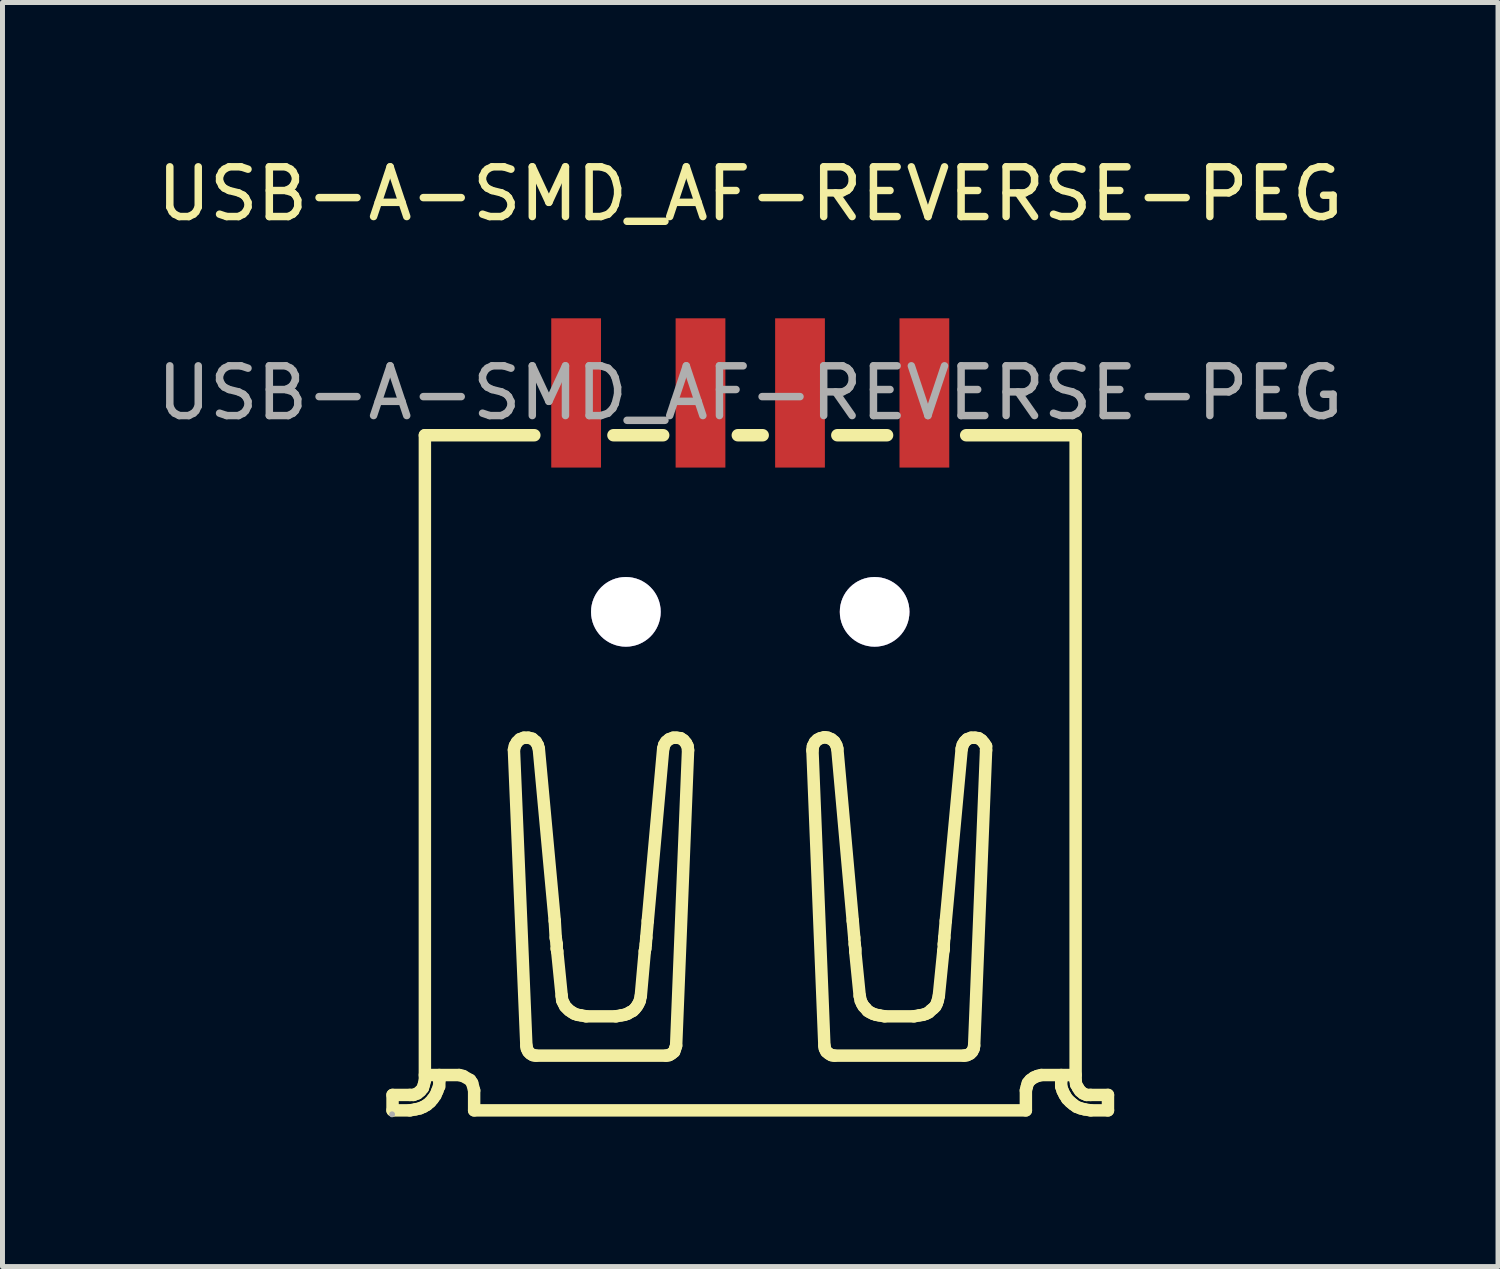
<source format=kicad_pcb>
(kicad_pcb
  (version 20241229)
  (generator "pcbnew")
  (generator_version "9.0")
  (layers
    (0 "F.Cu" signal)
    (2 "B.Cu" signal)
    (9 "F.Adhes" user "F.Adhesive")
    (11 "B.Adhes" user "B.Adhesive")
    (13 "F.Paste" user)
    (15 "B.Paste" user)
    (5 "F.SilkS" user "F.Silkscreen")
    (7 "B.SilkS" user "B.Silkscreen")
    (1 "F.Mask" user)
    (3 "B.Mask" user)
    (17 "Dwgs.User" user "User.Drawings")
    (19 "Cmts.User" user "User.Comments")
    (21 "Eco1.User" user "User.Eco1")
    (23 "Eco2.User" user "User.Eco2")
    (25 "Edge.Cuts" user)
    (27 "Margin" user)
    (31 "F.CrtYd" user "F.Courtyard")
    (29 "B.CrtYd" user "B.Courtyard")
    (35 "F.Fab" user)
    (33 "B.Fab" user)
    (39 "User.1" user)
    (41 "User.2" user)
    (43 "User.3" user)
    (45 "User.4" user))
  (footprint "USB-A-SMD_AF-REVERSE-PEG"
    (layer "F.Cu")
    (at 12.03 4.848)
    (property "Reference" "USB-A-SMD_AF-REVERSE-PEG" (at 0 -4 0) (layer "F.SilkS") (effects (font (size 1 1) (thickness 0.15))))
    (attr through_hole)
    (fp_line (start -7.19 14.11) (end -6.84 14.11) (stroke (width 0.25) (type solid)) (layer "F.SilkS"))
    (fp_line (start -7.19 14.42) (end -7.19 14.11) (stroke (width 0.25) (type solid)) (layer "F.SilkS"))
    (fp_line (start -6.84 14.11) (end -6.77 14.11) (stroke (width 0.25) (type solid)) (layer "F.SilkS"))
    (fp_line (start -6.84 14.42) (end -7.19 14.42) (stroke (width 0.25) (type solid)) (layer "F.SilkS"))
    (fp_line (start -6.84 14.42) (end -6.73 14.4) (stroke (width 0.25) (type solid)) (layer "F.SilkS"))
    (fp_line (start -6.77 14.11) (end -6.69 14.08) (stroke (width 0.25) (type solid)) (layer "F.SilkS"))
    (fp_line (start -6.73 14.4) (end -6.64 14.38) (stroke (width 0.25) (type solid)) (layer "F.SilkS"))
    (fp_line (start -6.69 14.08) (end -6.63 14.03) (stroke (width 0.25) (type solid)) (layer "F.SilkS"))
    (fp_line (start -6.64 14.38) (end -6.57 14.35) (stroke (width 0.25) (type solid)) (layer "F.SilkS"))
    (fp_line (start -6.63 14.03) (end -6.58 13.97) (stroke (width 0.25) (type solid)) (layer "F.SilkS"))
    (fp_line (start -6.58 13.97) (end -6.56 13.9) (stroke (width 0.25) (type solid)) (layer "F.SilkS"))
    (fp_line (start -6.57 14.35) (end -6.5 14.31) (stroke (width 0.25) (type solid)) (layer "F.SilkS"))
    (fp_line (start -6.56 13.9) (end -6.54 13.82) (stroke (width 0.25) (type solid)) (layer "F.SilkS"))
    (fp_line (start -6.54 0.85) (end -4.34 0.85) (stroke (width 0.25) (type solid)) (layer "F.SilkS"))
    (fp_line (start -6.54 13.82) (end -6.54 0.85) (stroke (width 0.25) (type solid)) (layer "F.SilkS"))
    (fp_line (start -6.5 14.31) (end -6.43 14.25) (stroke (width 0.25) (type solid)) (layer "F.SilkS"))
    (fp_line (start -6.43 14.25) (end -6.38 14.19) (stroke (width 0.25) (type solid)) (layer "F.SilkS"))
    (fp_line (start -6.38 14.19) (end -6.33 14.12) (stroke (width 0.25) (type solid)) (layer "F.SilkS"))
    (fp_line (start -6.33 14.12) (end -6.29 14.03) (stroke (width 0.25) (type solid)) (layer "F.SilkS"))
    (fp_line (start -6.29 14.03) (end -6.26 13.94) (stroke (width 0.25) (type solid)) (layer "F.SilkS"))
    (fp_line (start -6.25 13.71) (end -6.25 13.82) (stroke (width 0.25) (type solid)) (layer "F.SilkS"))
    (fp_line (start -6.25 13.94) (end -6.25 13.82) (stroke (width 0.25) (type solid)) (layer "F.SilkS"))
    (fp_line (start -5.85 13.71) (end -6.54 13.71) (stroke (width 0.25) (type solid)) (layer "F.SilkS"))
    (fp_line (start -5.77 13.73) (end -5.85 13.71) (stroke (width 0.25) (type solid)) (layer "F.SilkS"))
    (fp_line (start -5.63 13.81) (end -5.77 13.73) (stroke (width 0.25) (type solid)) (layer "F.SilkS"))
    (fp_line (start -5.59 13.87) (end -5.63 13.81) (stroke (width 0.25) (type solid)) (layer "F.SilkS"))
    (fp_line (start -5.55 14.02) (end -5.59 13.87) (stroke (width 0.25) (type solid)) (layer "F.SilkS"))
    (fp_line (start -5.55 14.42) (end -5.55 14.02) (stroke (width 0.25) (type solid)) (layer "F.SilkS"))
    (fp_line (start -5.55 14.42) (end 5.54 14.42) (stroke (width 0.25) (type solid)) (layer "F.SilkS"))
    (fp_line (start -4.75 7.18) (end -4.5 13.12) (stroke (width 0.25) (type solid)) (layer "F.SilkS"))
    (fp_line (start -4.73 7.09) (end -4.75 7.17) (stroke (width 0.25) (type solid)) (layer "F.SilkS"))
    (fp_line (start -4.69 7.02) (end -4.73 7.09) (stroke (width 0.25) (type solid)) (layer "F.SilkS"))
    (fp_line (start -4.63 6.96) (end -4.69 7.02) (stroke (width 0.25) (type solid)) (layer "F.SilkS"))
    (fp_line (start -4.55 6.93) (end -4.63 6.96) (stroke (width 0.25) (type solid)) (layer "F.SilkS"))
    (fp_line (start -4.5 13.12) (end -4.49 13.18) (stroke (width 0.25) (type solid)) (layer "F.SilkS"))
    (fp_line (start -4.49 13.18) (end -4.46 13.24) (stroke (width 0.25) (type solid)) (layer "F.SilkS"))
    (fp_line (start -4.46 6.93) (end -4.55 6.93) (stroke (width 0.25) (type solid)) (layer "F.SilkS"))
    (fp_line (start -4.46 13.24) (end -4.42 13.28) (stroke (width 0.25) (type solid)) (layer "F.SilkS"))
    (fp_line (start -4.42 13.28) (end -4.37 13.31) (stroke (width 0.25) (type solid)) (layer "F.SilkS"))
    (fp_line (start -4.38 6.95) (end -4.46 6.93) (stroke (width 0.25) (type solid)) (layer "F.SilkS"))
    (fp_line (start -4.37 13.31) (end -4.31 13.32) (stroke (width 0.25) (type solid)) (layer "F.SilkS"))
    (fp_line (start -4.31 7.01) (end -4.38 6.95) (stroke (width 0.25) (type solid)) (layer "F.SilkS"))
    (fp_line (start -4.31 13.32) (end -1.69 13.32) (stroke (width 0.25) (type solid)) (layer "F.SilkS"))
    (fp_line (start -4.27 7.08) (end -4.31 7.01) (stroke (width 0.25) (type solid)) (layer "F.SilkS"))
    (fp_line (start -4.25 7.15) (end -4.27 7.08) (stroke (width 0.25) (type solid)) (layer "F.SilkS"))
    (fp_line (start -3.93 10.61) (end -4.25 7.15) (stroke (width 0.25) (type solid)) (layer "F.SilkS"))
    (fp_line (start -3.93 10.61) (end -3.91 10.95) (stroke (width 0.25) (type solid)) (layer "F.SilkS"))
    (fp_line (start -3.91 10.95) (end -3.89 11.08) (stroke (width 0.25) (type solid)) (layer "F.SilkS"))
    (fp_line (start -3.89 11.17) (end -3.89 11.08) (stroke (width 0.25) (type solid)) (layer "F.SilkS"))
    (fp_line (start -3.88 11.22) (end -3.89 11.17) (stroke (width 0.25) (type solid)) (layer "F.SilkS"))
    (fp_line (start -3.88 11.22) (end -3.79 12.12) (stroke (width 0.25) (type solid)) (layer "F.SilkS"))
    (fp_line (start -3.79 12.12) (end -3.78 12.21) (stroke (width 0.25) (type solid)) (layer "F.SilkS"))
    (fp_line (start -3.78 12.21) (end -3.75 12.27) (stroke (width 0.25) (type solid)) (layer "F.SilkS"))
    (fp_line (start -3.75 12.27) (end -3.72 12.33) (stroke (width 0.25) (type solid)) (layer "F.SilkS"))
    (fp_line (start -3.72 12.33) (end -3.68 12.37) (stroke (width 0.25) (type solid)) (layer "F.SilkS"))
    (fp_line (start -3.68 12.37) (end -3.64 12.41) (stroke (width 0.25) (type solid)) (layer "F.SilkS"))
    (fp_line (start -3.64 12.41) (end -3.58 12.45) (stroke (width 0.25) (type solid)) (layer "F.SilkS"))
    (fp_line (start -3.58 12.45) (end -3.53 12.48) (stroke (width 0.25) (type solid)) (layer "F.SilkS"))
    (fp_line (start -3.53 12.48) (end -3.47 12.5) (stroke (width 0.25) (type solid)) (layer "F.SilkS"))
    (fp_line (start -3.47 12.5) (end -3.41 12.51) (stroke (width 0.25) (type solid)) (layer "F.SilkS"))
    (fp_line (start -3.4 12.51) (end -3.3 12.53) (stroke (width 0.25) (type solid)) (layer "F.SilkS"))
    (fp_line (start -2.7 12.53) (end -3.3 12.53) (stroke (width 0.25) (type solid)) (layer "F.SilkS"))
    (fp_line (start -2.7 12.53) (end -2.59 12.51) (stroke (width 0.25) (type solid)) (layer "F.SilkS"))
    (fp_line (start -2.59 12.51) (end -2.53 12.5) (stroke (width 0.25) (type solid)) (layer "F.SilkS"))
    (fp_line (start -2.53 12.5) (end -2.47 12.48) (stroke (width 0.25) (type solid)) (layer "F.SilkS"))
    (fp_line (start -2.47 12.48) (end -2.42 12.45) (stroke (width 0.25) (type solid)) (layer "F.SilkS"))
    (fp_line (start -2.42 12.45) (end -2.36 12.42) (stroke (width 0.25) (type solid)) (layer "F.SilkS"))
    (fp_line (start -2.36 12.42) (end -2.32 12.38) (stroke (width 0.25) (type solid)) (layer "F.SilkS"))
    (fp_line (start -2.32 12.38) (end -2.28 12.33) (stroke (width 0.25) (type solid)) (layer "F.SilkS"))
    (fp_line (start -2.28 12.33) (end -2.25 12.28) (stroke (width 0.25) (type solid)) (layer "F.SilkS"))
    (fp_line (start -2.25 12.28) (end -2.22 12.22) (stroke (width 0.25) (type solid)) (layer "F.SilkS"))
    (fp_line (start -2.22 12.21) (end -2.2 12.12) (stroke (width 0.25) (type solid)) (layer "F.SilkS"))
    (fp_line (start -2.12 11.22) (end -2.2 12.12) (stroke (width 0.25) (type solid)) (layer "F.SilkS"))
    (fp_line (start -2.12 11.22) (end -2.11 11.17) (stroke (width 0.25) (type solid)) (layer "F.SilkS"))
    (fp_line (start -2.11 11.17) (end -2.1 11.08) (stroke (width 0.25) (type solid)) (layer "F.SilkS"))
    (fp_line (start -2.09 10.95) (end -2.1 11.08) (stroke (width 0.25) (type solid)) (layer "F.SilkS"))
    (fp_line (start -2.06 10.61) (end -2.09 10.95) (stroke (width 0.25) (type solid)) (layer "F.SilkS"))
    (fp_line (start -2.06 10.61) (end -1.75 7.15) (stroke (width 0.25) (type solid)) (layer "F.SilkS"))
    (fp_line (start -1.75 0.85) (end -2.75 0.85) (stroke (width 0.25) (type solid)) (layer "F.SilkS"))
    (fp_line (start -1.73 7.08) (end -1.75 7.15) (stroke (width 0.25) (type solid)) (layer "F.SilkS"))
    (fp_line (start -1.69 7.01) (end -1.73 7.07) (stroke (width 0.25) (type solid)) (layer "F.SilkS"))
    (fp_line (start -1.69 13.32) (end -1.63 13.31) (stroke (width 0.25) (type solid)) (layer "F.SilkS"))
    (fp_line (start -1.63 6.96) (end -1.69 7.01) (stroke (width 0.25) (type solid)) (layer "F.SilkS"))
    (fp_line (start -1.63 13.31) (end -1.58 13.28) (stroke (width 0.25) (type solid)) (layer "F.SilkS"))
    (fp_line (start -1.58 13.28) (end -1.53 13.24) (stroke (width 0.25) (type solid)) (layer "F.SilkS"))
    (fp_line (start -1.55 6.93) (end -1.63 6.96) (stroke (width 0.25) (type solid)) (layer "F.SilkS"))
    (fp_line (start -1.53 13.24) (end -1.51 13.18) (stroke (width 0.25) (type solid)) (layer "F.SilkS"))
    (fp_line (start -1.51 13.18) (end -1.49 13.12) (stroke (width 0.25) (type solid)) (layer "F.SilkS"))
    (fp_line (start -1.49 13.12) (end -1.25 7.18) (stroke (width 0.25) (type solid)) (layer "F.SilkS"))
    (fp_line (start -1.48 6.93) (end -1.55 6.93) (stroke (width 0.25) (type solid)) (layer "F.SilkS"))
    (fp_line (start -1.4 6.94) (end -1.48 6.93) (stroke (width 0.25) (type solid)) (layer "F.SilkS"))
    (fp_line (start -1.34 6.98) (end -1.4 6.94) (stroke (width 0.25) (type solid)) (layer "F.SilkS"))
    (fp_line (start -1.29 7.04) (end -1.34 6.98) (stroke (width 0.25) (type solid)) (layer "F.SilkS"))
    (fp_line (start -1.26 7.1) (end -1.29 7.04) (stroke (width 0.25) (type solid)) (layer "F.SilkS"))
    (fp_line (start -1.25 7.18) (end -1.26 7.1) (stroke (width 0.25) (type solid)) (layer "F.SilkS"))
    (fp_line (start 0.25 0.85) (end -0.25 0.85) (stroke (width 0.25) (type solid)) (layer "F.SilkS"))
    (fp_line (start 1.26 7.1) (end 1.25 7.18) (stroke (width 0.25) (type solid)) (layer "F.SilkS"))
    (fp_line (start 1.3 7.02) (end 1.26 7.1) (stroke (width 0.25) (type solid)) (layer "F.SilkS"))
    (fp_line (start 1.35 6.97) (end 1.3 7.02) (stroke (width 0.25) (type solid)) (layer "F.SilkS"))
    (fp_line (start 1.41 6.94) (end 1.35 6.97) (stroke (width 0.25) (type solid)) (layer "F.SilkS"))
    (fp_line (start 1.49 6.92) (end 1.41 6.94) (stroke (width 0.25) (type solid)) (layer "F.SilkS"))
    (fp_line (start 1.49 13.12) (end 1.25 7.18) (stroke (width 0.25) (type solid)) (layer "F.SilkS"))
    (fp_line (start 1.49 13.12) (end 1.5 13.18) (stroke (width 0.25) (type solid)) (layer "F.SilkS"))
    (fp_line (start 1.5 13.18) (end 1.53 13.24) (stroke (width 0.25) (type solid)) (layer "F.SilkS"))
    (fp_line (start 1.53 13.24) (end 1.58 13.28) (stroke (width 0.25) (type solid)) (layer "F.SilkS"))
    (fp_line (start 1.56 6.93) (end 1.49 6.92) (stroke (width 0.25) (type solid)) (layer "F.SilkS"))
    (fp_line (start 1.58 13.28) (end 1.63 13.31) (stroke (width 0.25) (type solid)) (layer "F.SilkS"))
    (fp_line (start 1.63 6.96) (end 1.56 6.93) (stroke (width 0.25) (type solid)) (layer "F.SilkS"))
    (fp_line (start 1.63 13.31) (end 1.69 13.32) (stroke (width 0.25) (type solid)) (layer "F.SilkS"))
    (fp_line (start 1.69 7.01) (end 1.63 6.96) (stroke (width 0.25) (type solid)) (layer "F.SilkS"))
    (fp_line (start 1.73 7.08) (end 1.69 7.01) (stroke (width 0.25) (type solid)) (layer "F.SilkS"))
    (fp_line (start 1.75 7.15) (end 1.73 7.08) (stroke (width 0.25) (type solid)) (layer "F.SilkS"))
    (fp_line (start 2.06 10.61) (end 1.75 7.15) (stroke (width 0.25) (type solid)) (layer "F.SilkS"))
    (fp_line (start 2.06 10.61) (end 2.09 10.95) (stroke (width 0.25) (type solid)) (layer "F.SilkS"))
    (fp_line (start 2.09 10.95) (end 2.1 11.08) (stroke (width 0.25) (type solid)) (layer "F.SilkS"))
    (fp_line (start 2.11 11.17) (end 2.1 11.08) (stroke (width 0.25) (type solid)) (layer "F.SilkS"))
    (fp_line (start 2.11 11.22) (end 2.11 11.17) (stroke (width 0.25) (type solid)) (layer "F.SilkS"))
    (fp_line (start 2.11 11.22) (end 2.2 12.12) (stroke (width 0.25) (type solid)) (layer "F.SilkS"))
    (fp_line (start 2.22 12.21) (end 2.2 12.12) (stroke (width 0.25) (type solid)) (layer "F.SilkS"))
    (fp_line (start 2.25 12.28) (end 2.22 12.22) (stroke (width 0.25) (type solid)) (layer "F.SilkS"))
    (fp_line (start 2.28 12.33) (end 2.25 12.28) (stroke (width 0.25) (type solid)) (layer "F.SilkS"))
    (fp_line (start 2.32 12.37) (end 2.28 12.33) (stroke (width 0.25) (type solid)) (layer "F.SilkS"))
    (fp_line (start 2.36 12.42) (end 2.32 12.37) (stroke (width 0.25) (type solid)) (layer "F.SilkS"))
    (fp_line (start 2.41 12.45) (end 2.36 12.42) (stroke (width 0.25) (type solid)) (layer "F.SilkS"))
    (fp_line (start 2.47 12.48) (end 2.41 12.45) (stroke (width 0.25) (type solid)) (layer "F.SilkS"))
    (fp_line (start 2.53 12.5) (end 2.47 12.48) (stroke (width 0.25) (type solid)) (layer "F.SilkS"))
    (fp_line (start 2.59 12.51) (end 2.53 12.5) (stroke (width 0.25) (type solid)) (layer "F.SilkS"))
    (fp_line (start 2.7 12.53) (end 2.59 12.51) (stroke (width 0.25) (type solid)) (layer "F.SilkS"))
    (fp_line (start 2.7 12.53) (end 3.29 12.53) (stroke (width 0.25) (type solid)) (layer "F.SilkS"))
    (fp_line (start 2.75 0.85) (end 1.75 0.85) (stroke (width 0.25) (type solid)) (layer "F.SilkS"))
    (fp_line (start 3.4 12.51) (end 3.29 12.53) (stroke (width 0.25) (type solid)) (layer "F.SilkS"))
    (fp_line (start 3.47 12.5) (end 3.4 12.51) (stroke (width 0.25) (type solid)) (layer "F.SilkS"))
    (fp_line (start 3.53 12.48) (end 3.47 12.5) (stroke (width 0.25) (type solid)) (layer "F.SilkS"))
    (fp_line (start 3.59 12.45) (end 3.53 12.48) (stroke (width 0.25) (type solid)) (layer "F.SilkS"))
    (fp_line (start 3.63 12.41) (end 3.59 12.45) (stroke (width 0.25) (type solid)) (layer "F.SilkS"))
    (fp_line (start 3.68 12.37) (end 3.63 12.41) (stroke (width 0.25) (type solid)) (layer "F.SilkS"))
    (fp_line (start 3.72 12.33) (end 3.68 12.37) (stroke (width 0.25) (type solid)) (layer "F.SilkS"))
    (fp_line (start 3.75 12.27) (end 3.72 12.33) (stroke (width 0.25) (type solid)) (layer "F.SilkS"))
    (fp_line (start 3.77 12.21) (end 3.75 12.27) (stroke (width 0.25) (type solid)) (layer "F.SilkS"))
    (fp_line (start 3.79 12.12) (end 3.77 12.21) (stroke (width 0.25) (type solid)) (layer "F.SilkS"))
    (fp_line (start 3.88 11.22) (end 3.79 12.12) (stroke (width 0.25) (type solid)) (layer "F.SilkS"))
    (fp_line (start 3.88 11.22) (end 3.89 11.17) (stroke (width 0.25) (type solid)) (layer "F.SilkS"))
    (fp_line (start 3.89 11.17) (end 3.89 11.08) (stroke (width 0.25) (type solid)) (layer "F.SilkS"))
    (fp_line (start 3.9 10.95) (end 3.89 11.08) (stroke (width 0.25) (type solid)) (layer "F.SilkS"))
    (fp_line (start 3.93 10.61) (end 3.9 10.95) (stroke (width 0.25) (type solid)) (layer "F.SilkS"))
    (fp_line (start 3.93 10.61) (end 4.25 7.15) (stroke (width 0.25) (type solid)) (layer "F.SilkS"))
    (fp_line (start 4.27 7.08) (end 4.25 7.15) (stroke (width 0.25) (type solid)) (layer "F.SilkS"))
    (fp_line (start 4.3 13.32) (end 1.69 13.32) (stroke (width 0.25) (type solid)) (layer "F.SilkS"))
    (fp_line (start 4.3 13.32) (end 4.36 13.31) (stroke (width 0.25) (type solid)) (layer "F.SilkS"))
    (fp_line (start 4.31 7.01) (end 4.27 7.07) (stroke (width 0.25) (type solid)) (layer "F.SilkS"))
    (fp_line (start 4.34 0.85) (end 6.54 0.85) (stroke (width 0.25) (type solid)) (layer "F.SilkS"))
    (fp_line (start 4.36 6.96) (end 4.31 7.01) (stroke (width 0.25) (type solid)) (layer "F.SilkS"))
    (fp_line (start 4.36 13.31) (end 4.42 13.28) (stroke (width 0.25) (type solid)) (layer "F.SilkS"))
    (fp_line (start 4.42 13.28) (end 4.46 13.24) (stroke (width 0.25) (type solid)) (layer "F.SilkS"))
    (fp_line (start 4.44 6.93) (end 4.36 6.96) (stroke (width 0.25) (type solid)) (layer "F.SilkS"))
    (fp_line (start 4.46 13.24) (end 4.49 13.18) (stroke (width 0.25) (type solid)) (layer "F.SilkS"))
    (fp_line (start 4.49 13.18) (end 4.5 13.12) (stroke (width 0.25) (type solid)) (layer "F.SilkS"))
    (fp_line (start 4.52 6.93) (end 4.44 6.93) (stroke (width 0.25) (type solid)) (layer "F.SilkS"))
    (fp_line (start 4.59 6.94) (end 4.52 6.93) (stroke (width 0.25) (type solid)) (layer "F.SilkS"))
    (fp_line (start 4.65 6.98) (end 4.59 6.94) (stroke (width 0.25) (type solid)) (layer "F.SilkS"))
    (fp_line (start 4.7 7.04) (end 4.65 6.98) (stroke (width 0.25) (type solid)) (layer "F.SilkS"))
    (fp_line (start 4.74 7.1) (end 4.7 7.04) (stroke (width 0.25) (type solid)) (layer "F.SilkS"))
    (fp_line (start 4.74 7.18) (end 4.5 13.12) (stroke (width 0.25) (type solid)) (layer "F.SilkS"))
    (fp_line (start 4.74 7.18) (end 4.74 7.1) (stroke (width 0.25) (type solid)) (layer "F.SilkS"))
    (fp_line (start 5.54 14.42) (end 5.54 14.02) (stroke (width 0.25) (type solid)) (layer "F.SilkS"))
    (fp_line (start 5.56 13.94) (end 5.54 14.02) (stroke (width 0.25) (type solid)) (layer "F.SilkS"))
    (fp_line (start 5.58 13.87) (end 5.56 13.94) (stroke (width 0.25) (type solid)) (layer "F.SilkS"))
    (fp_line (start 5.63 13.81) (end 5.58 13.87) (stroke (width 0.25) (type solid)) (layer "F.SilkS"))
    (fp_line (start 5.7 13.76) (end 5.63 13.81) (stroke (width 0.25) (type solid)) (layer "F.SilkS"))
    (fp_line (start 5.77 13.73) (end 5.7 13.76) (stroke (width 0.25) (type solid)) (layer "F.SilkS"))
    (fp_line (start 5.85 13.71) (end 5.77 13.73) (stroke (width 0.25) (type solid)) (layer "F.SilkS"))
    (fp_line (start 5.85 13.71) (end 6.54 13.71) (stroke (width 0.25) (type solid)) (layer "F.SilkS"))
    (fp_line (start 6.25 13.71) (end 6.25 13.82) (stroke (width 0.25) (type solid)) (layer "F.SilkS"))
    (fp_line (start 6.25 13.82) (end 6.25 13.94) (stroke (width 0.25) (type solid)) (layer "F.SilkS"))
    (fp_line (start 6.25 13.94) (end 6.28 14.03) (stroke (width 0.25) (type solid)) (layer "F.SilkS"))
    (fp_line (start 6.28 14.03) (end 6.32 14.11) (stroke (width 0.25) (type solid)) (layer "F.SilkS"))
    (fp_line (start 6.32 14.11) (end 6.37 14.19) (stroke (width 0.25) (type solid)) (layer "F.SilkS"))
    (fp_line (start 6.37 14.19) (end 6.43 14.25) (stroke (width 0.25) (type solid)) (layer "F.SilkS"))
    (fp_line (start 6.43 14.25) (end 6.49 14.3) (stroke (width 0.25) (type solid)) (layer "F.SilkS"))
    (fp_line (start 6.49 14.3) (end 6.56 14.35) (stroke (width 0.25) (type solid)) (layer "F.SilkS"))
    (fp_line (start 6.54 13.82) (end 6.54 0.85) (stroke (width 0.25) (type solid)) (layer "F.SilkS"))
    (fp_line (start 6.54 13.82) (end 6.55 13.9) (stroke (width 0.25) (type solid)) (layer "F.SilkS"))
    (fp_line (start 6.55 13.9) (end 6.59 13.97) (stroke (width 0.25) (type solid)) (layer "F.SilkS"))
    (fp_line (start 6.56 14.35) (end 6.64 14.38) (stroke (width 0.25) (type solid)) (layer "F.SilkS"))
    (fp_line (start 6.59 13.97) (end 6.63 14.03) (stroke (width 0.25) (type solid)) (layer "F.SilkS"))
    (fp_line (start 6.63 14.03) (end 6.69 14.08) (stroke (width 0.25) (type solid)) (layer "F.SilkS"))
    (fp_line (start 6.64 14.38) (end 6.72 14.4) (stroke (width 0.25) (type solid)) (layer "F.SilkS"))
    (fp_line (start 6.69 14.08) (end 6.76 14.11) (stroke (width 0.25) (type solid)) (layer "F.SilkS"))
    (fp_line (start 6.72 14.4) (end 6.84 14.42) (stroke (width 0.25) (type solid)) (layer "F.SilkS"))
    (fp_line (start 6.76 14.11) (end 6.84 14.11) (stroke (width 0.25) (type solid)) (layer "F.SilkS"))
    (fp_line (start 6.84 14.42) (end 7.19 14.42) (stroke (width 0.25) (type solid)) (layer "F.SilkS"))
    (fp_line (start 7.19 14.11) (end 6.84 14.11) (stroke (width 0.25) (type solid)) (layer "F.SilkS"))
    (fp_line (start 7.19 14.11) (end 7.19 14.42) (stroke (width 0.25) (type solid)) (layer "F.SilkS"))
    (fp_circle (center -2.5 4.4) (end -2.25 4.4) (stroke (width 0.5) (type solid)) (fill no) (layer "Cmts.User"))
    (fp_circle (center 2.5 4.4) (end 2.75 4.4) (stroke (width 0.5) (type solid)) (fill no) (layer "Cmts.User"))
    (fp_circle (center -7.2 14.5) (end -7.17 14.5) (stroke (width 0.06) (type solid)) (fill no) (layer "F.Fab"))
    (fp_text user "${REFERENCE}" (at 0 0 0) (layer "F.Fab") (effects (font (size 1 1) (thickness 0.15))))
    (pad "" thru_hole circle (at -2.5 4.4) (size 1.4 1.4) (drill 1.4) (layers "*.Cu" "*.Mask"))
    (pad "" thru_hole circle (at 2.5 4.4) (size 1.4 1.4) (drill 1.4) (layers "*.Cu" "*.Mask"))
    (pad "1" smd rect (at -3.5 0 90) (size 3 1) (layers "F.Cu" "F.Mask" "F.Paste"))
    (pad "2" smd rect (at -1 0 90) (size 3 1) (layers "F.Cu" "F.Mask" "F.Paste"))
    (pad "3" smd rect (at 1 0 90) (size 3 1) (layers "F.Cu" "F.Mask" "F.Paste"))
    (pad "4" smd rect (at 3.5 0 90) (size 3 1) (layers "F.Cu" "F.Mask" "F.Paste")))
  (gr_rect
    (start -3 -3)
    (end 27.06 22.408)
    (stroke (width 0.1) (type default))
    (fill no)
    (layer "Edge.Cuts")))
</source>
